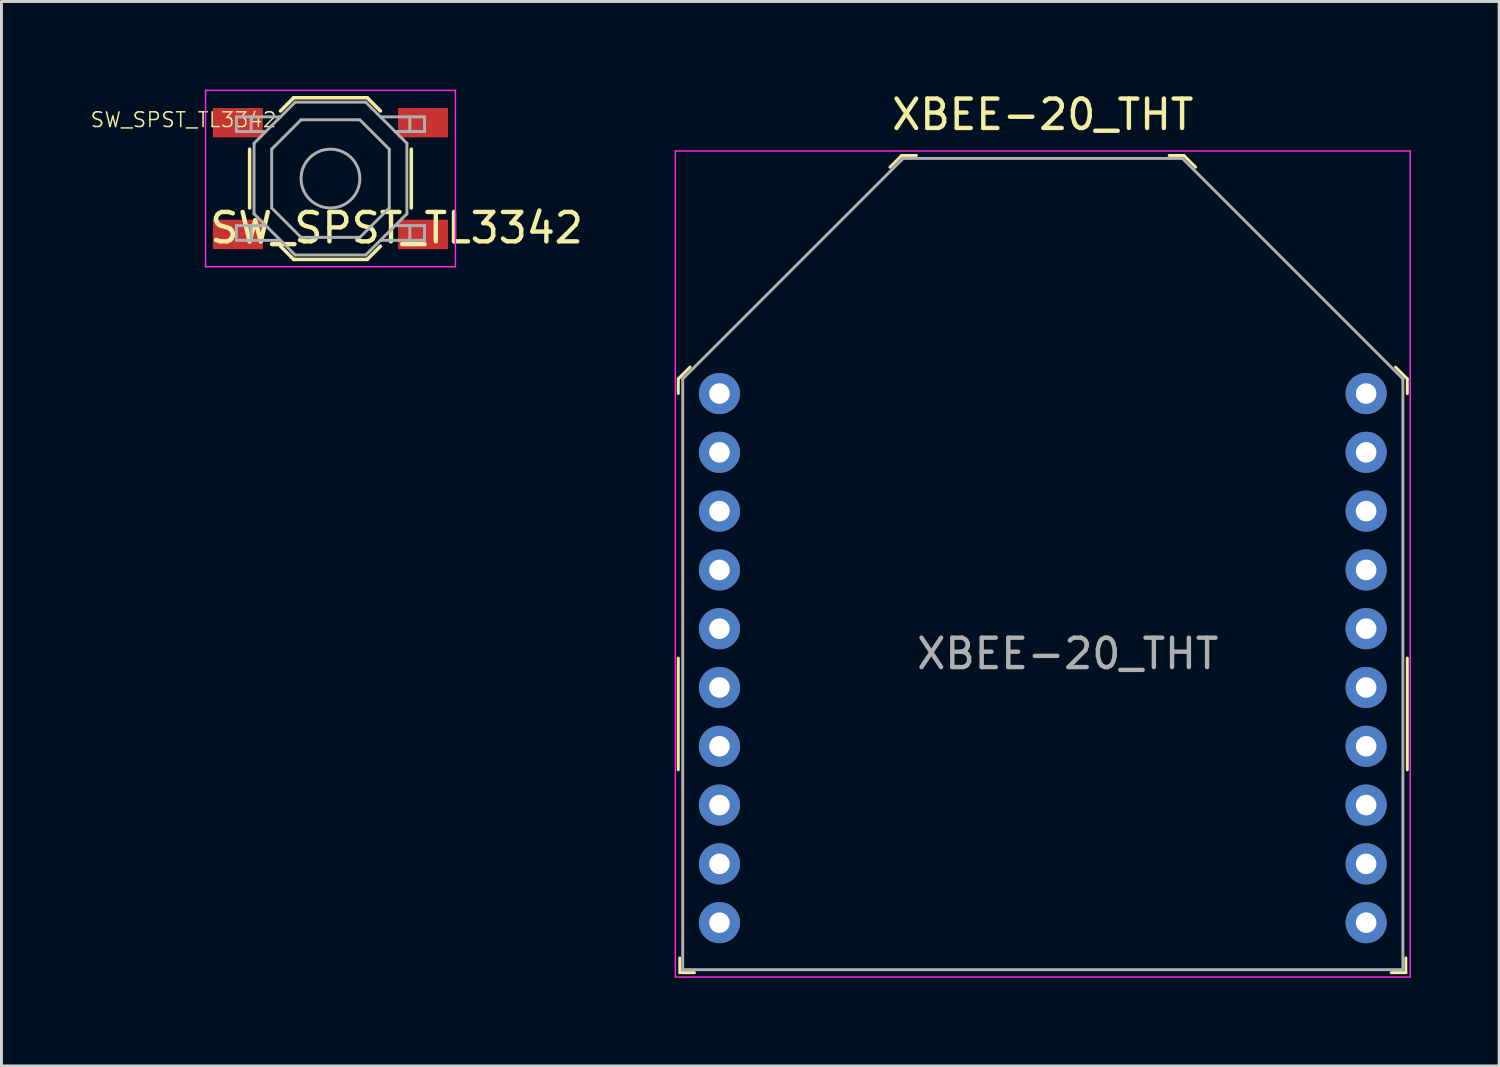
<source format=kicad_pcb>
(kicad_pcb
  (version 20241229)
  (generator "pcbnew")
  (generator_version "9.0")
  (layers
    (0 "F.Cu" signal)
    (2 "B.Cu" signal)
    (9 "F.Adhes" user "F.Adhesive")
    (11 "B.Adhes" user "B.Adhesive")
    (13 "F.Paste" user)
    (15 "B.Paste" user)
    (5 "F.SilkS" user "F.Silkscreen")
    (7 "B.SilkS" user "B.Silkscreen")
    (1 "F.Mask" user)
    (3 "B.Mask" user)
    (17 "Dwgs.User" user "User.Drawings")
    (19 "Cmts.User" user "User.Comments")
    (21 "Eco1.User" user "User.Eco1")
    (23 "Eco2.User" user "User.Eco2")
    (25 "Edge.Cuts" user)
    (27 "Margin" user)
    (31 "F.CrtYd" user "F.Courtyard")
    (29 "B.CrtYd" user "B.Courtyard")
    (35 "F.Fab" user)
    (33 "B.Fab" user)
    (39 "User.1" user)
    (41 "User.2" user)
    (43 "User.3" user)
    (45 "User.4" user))
  (footprint "XBEE-20_THT"
    (layer "F.Cu")
    (at 32.425 19.338)
    (property "Reference" "XBEE-20_THT" (at 0 -18.49 0) (layer "F.SilkS") (effects (font (size 1 1) (thickness 0.15))))
    (attr through_hole)
    (fp_line (start -12.4 -9.5) (end -12.4 -9) (stroke (width 0.1) (type solid)) (layer "F.SilkS"))
    (fp_line (start -12.4 -9.5) (end -12 -9.9) (stroke (width 0.1) (type solid)) (layer "F.SilkS"))
    (fp_line (start -12.4 0) (end -12.4 3.8) (stroke (width 0.1) (type solid)) (layer "F.SilkS"))
    (fp_line (start -12.35 10.7) (end -12.35 10.2) (stroke (width 0.1) (type solid)) (layer "F.SilkS"))
    (fp_line (start -12.35 10.7) (end -11.85 10.7) (stroke (width 0.1) (type solid)) (layer "F.SilkS"))
    (fp_line (start -4.8 -17.1) (end -5.2 -16.7) (stroke (width 0.1) (type solid)) (layer "F.SilkS"))
    (fp_line (start -4.8 -17.1) (end -4.3 -17.1) (stroke (width 0.1) (type solid)) (layer "F.SilkS"))
    (fp_line (start 4.8 -17.1) (end 4.3 -17.1) (stroke (width 0.1) (type solid)) (layer "F.SilkS"))
    (fp_line (start 4.8 -17.1) (end 5.2 -16.7) (stroke (width 0.1) (type solid)) (layer "F.SilkS"))
    (fp_line (start 12.35 10.7) (end 11.85 10.7) (stroke (width 0.1) (type solid)) (layer "F.SilkS"))
    (fp_line (start 12.35 10.7) (end 12.35 10.2) (stroke (width 0.1) (type solid)) (layer "F.SilkS"))
    (fp_line (start 12.4 -9.5) (end 12 -9.9) (stroke (width 0.1) (type solid)) (layer "F.SilkS"))
    (fp_line (start 12.4 -9.5) (end 12.4 -9) (stroke (width 0.1) (type solid)) (layer "F.SilkS"))
    (fp_line (start 12.4 0) (end 12.4 3.8) (stroke (width 0.1) (type solid)) (layer "F.SilkS"))
    (fp_line (start -12.5 -17.25) (end -12.5 10.85) (stroke (width 0.05) (type solid)) (layer "F.CrtYd"))
    (fp_line (start -12.5 -17.25) (end 12.5 -17.25) (stroke (width 0.05) (type solid)) (layer "F.CrtYd"))
    (fp_line (start -12.5 10.85) (end 12.5 10.85) (stroke (width 0.05) (type solid)) (layer "F.CrtYd"))
    (fp_line (start 12.5 -17.25) (end 12.5 10.85) (stroke (width 0.05) (type solid)) (layer "F.CrtYd"))
    (fp_line (start -12.25 -9.5) (end -12.25 10.6) (stroke (width 0.1) (type solid)) (layer "F.Fab"))
    (fp_line (start -12.25 -9.5) (end -4.75 -17) (stroke (width 0.1) (type solid)) (layer "F.Fab"))
    (fp_line (start -12.25 10.6) (end 12.25 10.6) (stroke (width 0.1) (type solid)) (layer "F.Fab"))
    (fp_line (start -4.75 -17) (end 4.75 -17) (stroke (width 0.1) (type solid)) (layer "F.Fab"))
    (fp_line (start 4.75 -17) (end 12.25 -9.5) (stroke (width 0.1) (type solid)) (layer "F.Fab"))
    (fp_line (start 12.25 -9.5) (end 12.25 10.6) (stroke (width 0.1) (type solid)) (layer "F.Fab"))
    (fp_text user "${REFERENCE}" (at 0.85 -0.15 0) (layer "F.Fab") (effects (font (size 1 1) (thickness 0.15))))
    (pad "1" thru_hole circle (at -11 -9) (size 1.4 1.4) (drill 0.7) (layers "*.Cu" "*.Mask"))
    (pad "2" thru_hole circle (at -11 -7) (size 1.4 1.4) (drill 0.7) (layers "*.Cu" "*.Mask"))
    (pad "3" thru_hole circle (at -11 -5) (size 1.4 1.4) (drill 0.7) (layers "*.Cu" "*.Mask"))
    (pad "4" thru_hole circle (at -11 -3) (size 1.4 1.4) (drill 0.7) (layers "*.Cu" "*.Mask"))
    (pad "5" thru_hole circle (at -11 -1) (size 1.4 1.4) (drill 0.7) (layers "*.Cu" "*.Mask"))
    (pad "6" thru_hole circle (at -11 1) (size 1.4 1.4) (drill 0.7) (layers "*.Cu" "*.Mask"))
    (pad "7" thru_hole circle (at -11 3) (size 1.4 1.4) (drill 0.7) (layers "*.Cu" "*.Mask"))
    (pad "8" thru_hole circle (at -11 5) (size 1.4 1.4) (drill 0.7) (layers "*.Cu" "*.Mask"))
    (pad "9" thru_hole circle (at -11 7) (size 1.4 1.4) (drill 0.7) (layers "*.Cu" "*.Mask"))
    (pad "10" thru_hole circle (at -11 9) (size 1.4 1.4) (drill 0.7) (layers "*.Cu" "*.Mask"))
    (pad "11" thru_hole circle (at 11 9) (size 1.4 1.4) (drill 0.7) (layers "*.Cu" "*.Mask"))
    (pad "12" thru_hole circle (at 11 7) (size 1.4 1.4) (drill 0.7) (layers "*.Cu" "*.Mask"))
    (pad "13" thru_hole circle (at 11 5) (size 1.4 1.4) (drill 0.7) (layers "*.Cu" "*.Mask"))
    (pad "14" thru_hole circle (at 11 3) (size 1.4 1.4) (drill 0.7) (layers "*.Cu" "*.Mask"))
    (pad "15" thru_hole circle (at 11 1) (size 1.4 1.4) (drill 0.7) (layers "*.Cu" "*.Mask"))
    (pad "16" thru_hole circle (at 11 -1) (size 1.4 1.4) (drill 0.7) (layers "*.Cu" "*.Mask"))
    (pad "17" thru_hole circle (at 11 -3) (size 1.4 1.4) (drill 0.7) (layers "*.Cu" "*.Mask"))
    (pad "18" thru_hole circle (at 11 -5) (size 1.4 1.4) (drill 0.7) (layers "*.Cu" "*.Mask"))
    (pad "19" thru_hole circle (at 11 -7) (size 1.4 1.4) (drill 0.7) (layers "*.Cu" "*.Mask"))
    (pad "20" thru_hole circle (at 11 -9) (size 1.4 1.4) (drill 0.7) (layers "*.Cu" "*.Mask")))
  (footprint "SW_SPST_TL3342"
    (layer "F.Cu")
    (at 8.192 3.025)
    (property "Reference" "SW_SPST_TL3342" (at 2.25 1.68 0) (layer "F.SilkS") (effects (font (size 1 1) (thickness 0.15))))
    (attr smd)
    (fp_line (start -2.75 -1) (end -2.75 1) (stroke (width 0.12) (type solid)) (layer "F.SilkS"))
    (fp_line (start -1.7 -2.3) (end -1.25 -2.75) (stroke (width 0.12) (type solid)) (layer "F.SilkS"))
    (fp_line (start -1.7 2.3) (end -1.25 2.75) (stroke (width 0.12) (type solid)) (layer "F.SilkS"))
    (fp_line (start -1.25 -2.75) (end 1.25 -2.75) (stroke (width 0.12) (type solid)) (layer "F.SilkS"))
    (fp_line (start -1.25 2.75) (end 1.25 2.75) (stroke (width 0.12) (type solid)) (layer "F.SilkS"))
    (fp_line (start 1.7 -2.3) (end 1.25 -2.75) (stroke (width 0.12) (type solid)) (layer "F.SilkS"))
    (fp_line (start 1.7 2.3) (end 1.25 2.75) (stroke (width 0.12) (type solid)) (layer "F.SilkS"))
    (fp_line (start 2.75 -1) (end 2.75 1) (stroke (width 0.12) (type solid)) (layer "F.SilkS"))
    (fp_line (start -4.25 -3) (end 4.25 -3) (stroke (width 0.05) (type solid)) (layer "F.CrtYd"))
    (fp_line (start -4.25 3) (end -4.25 -3) (stroke (width 0.05) (type solid)) (layer "F.CrtYd"))
    (fp_line (start 4.25 -3) (end 4.25 3) (stroke (width 0.05) (type solid)) (layer "F.CrtYd"))
    (fp_line (start 4.25 3) (end -4.25 3) (stroke (width 0.05) (type solid)) (layer "F.CrtYd"))
    (fp_line (start -3.2 -2.1) (end -3.2 -1.6) (stroke (width 0.1) (type solid)) (layer "F.Fab"))
    (fp_line (start -3.2 -1.6) (end -2.2 -1.6) (stroke (width 0.1) (type solid)) (layer "F.Fab"))
    (fp_line (start -3.2 1.6) (end -2.2 1.6) (stroke (width 0.1) (type solid)) (layer "F.Fab"))
    (fp_line (start -3.2 2.1) (end -3.2 1.6) (stroke (width 0.1) (type solid)) (layer "F.Fab"))
    (fp_line (start -2.7 -2.1) (end -2.7 -1.6) (stroke (width 0.1) (type solid)) (layer "F.Fab"))
    (fp_line (start -2.7 2.1) (end -2.7 1.6) (stroke (width 0.1) (type solid)) (layer "F.Fab"))
    (fp_line (start -2.6 -1.2) (end -2.6 1.2) (stroke (width 0.1) (type solid)) (layer "F.Fab"))
    (fp_line (start -2.6 1.2) (end -1.2 2.6) (stroke (width 0.1) (type solid)) (layer "F.Fab"))
    (fp_line (start -2 -1) (end -1 -2) (stroke (width 0.1) (type solid)) (layer "F.Fab"))
    (fp_line (start -2 1) (end -2 -1) (stroke (width 0.1) (type solid)) (layer "F.Fab"))
    (fp_line (start -1.7 -2.1) (end -3.2 -2.1) (stroke (width 0.1) (type solid)) (layer "F.Fab"))
    (fp_line (start -1.7 2.1) (end -3.2 2.1) (stroke (width 0.1) (type solid)) (layer "F.Fab"))
    (fp_line (start -1.2 -2.6) (end -2.6 -1.2) (stroke (width 0.1) (type solid)) (layer "F.Fab"))
    (fp_line (start -1.2 2.6) (end 1.2 2.6) (stroke (width 0.1) (type solid)) (layer "F.Fab"))
    (fp_line (start -1 -2) (end 1 -2) (stroke (width 0.1) (type solid)) (layer "F.Fab"))
    (fp_line (start -1 2) (end -2 1) (stroke (width 0.1) (type solid)) (layer "F.Fab"))
    (fp_line (start 1 -2) (end 2 -1) (stroke (width 0.1) (type solid)) (layer "F.Fab"))
    (fp_line (start 1 2) (end -1 2) (stroke (width 0.1) (type solid)) (layer "F.Fab"))
    (fp_line (start 1.2 -2.6) (end -1.2 -2.6) (stroke (width 0.1) (type solid)) (layer "F.Fab"))
    (fp_line (start 1.2 2.6) (end 2.6 1.2) (stroke (width 0.1) (type solid)) (layer "F.Fab"))
    (fp_line (start 1.7 -2.1) (end 3.2 -2.1) (stroke (width 0.1) (type solid)) (layer "F.Fab"))
    (fp_line (start 1.7 2.1) (end 3.2 2.1) (stroke (width 0.1) (type solid)) (layer "F.Fab"))
    (fp_line (start 2 -1) (end 2 1) (stroke (width 0.1) (type solid)) (layer "F.Fab"))
    (fp_line (start 2 1) (end 1 2) (stroke (width 0.1) (type solid)) (layer "F.Fab"))
    (fp_line (start 2.6 -1.2) (end 1.2 -2.6) (stroke (width 0.1) (type solid)) (layer "F.Fab"))
    (fp_line (start 2.6 1.2) (end 2.6 -1.2) (stroke (width 0.1) (type solid)) (layer "F.Fab"))
    (fp_line (start 2.7 -2.1) (end 2.7 -1.6) (stroke (width 0.1) (type solid)) (layer "F.Fab"))
    (fp_line (start 2.7 2.1) (end 2.7 1.6) (stroke (width 0.1) (type solid)) (layer "F.Fab"))
    (fp_line (start 3.2 -2.1) (end 3.2 -1.6) (stroke (width 0.1) (type solid)) (layer "F.Fab"))
    (fp_line (start 3.2 -1.6) (end 2.2 -1.6) (stroke (width 0.1) (type solid)) (layer "F.Fab"))
    (fp_line (start 3.2 1.6) (end 2.2 1.6) (stroke (width 0.1) (type solid)) (layer "F.Fab"))
    (fp_line (start 3.2 2.1) (end 3.2 1.6) (stroke (width 0.1) (type solid)) (layer "F.Fab"))
    (fp_circle (center 0 0) (end 1 0) (stroke (width 0.1) (type solid)) (fill no) (layer "F.Fab"))
    (fp_text user "${REFERENCE}" (at -5 -2 180) (layer "F.SilkS") (effects (font (size 0.5 0.5) (thickness 0.05))))
    (pad "1" smd rect (at -3.15 -1.9) (size 1.7 1) (layers "F.Cu" "F.Mask" "F.Paste"))
    (pad "1" smd rect (at 3.15 -1.9) (size 1.7 1) (layers "F.Cu" "F.Mask" "F.Paste"))
    (pad "2" smd rect (at -3.15 1.9) (size 1.7 1) (layers "F.Cu" "F.Mask" "F.Paste"))
    (pad "2" smd rect (at 3.15 1.9) (size 1.7 1) (layers "F.Cu" "F.Mask" "F.Paste")))
  (gr_rect
    (start -3 -3)
    (end 47.95 33.213)
    (stroke (width 0.1) (type default))
    (fill no)
    (layer "Edge.Cuts")))
</source>
